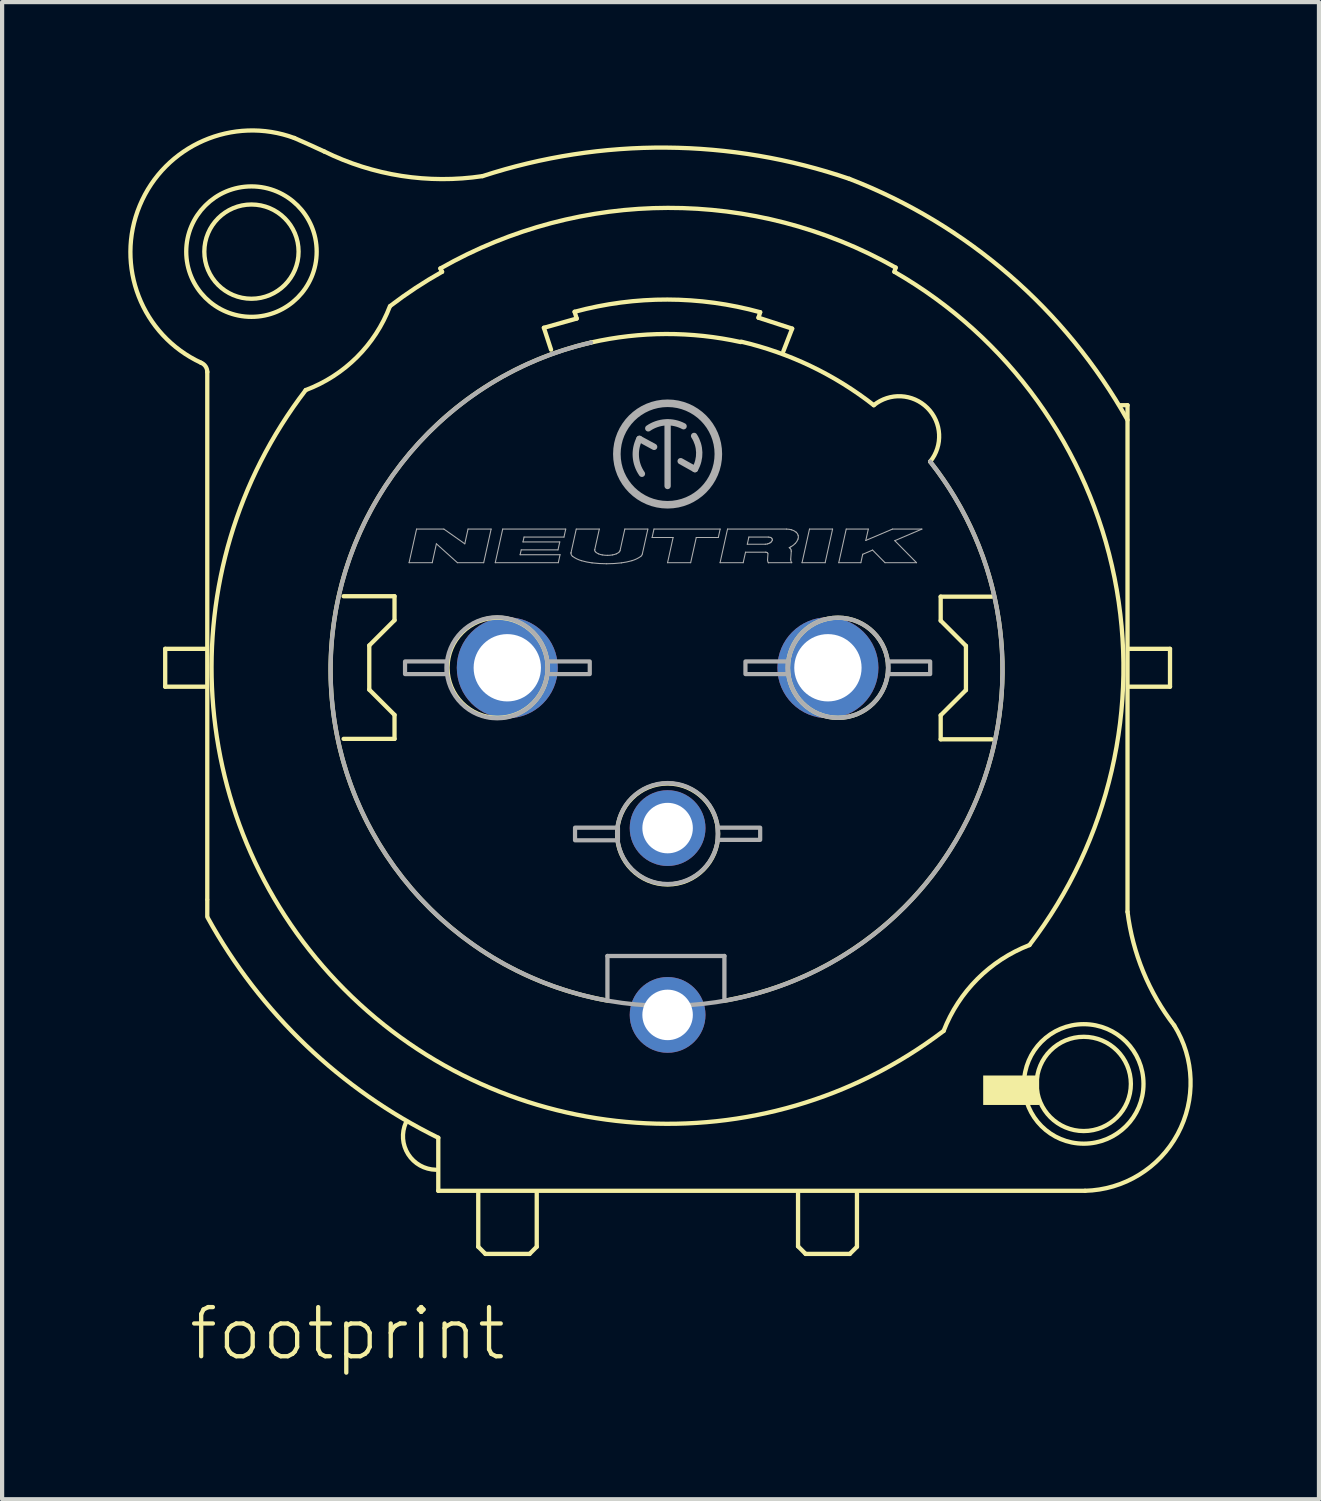
<source format=kicad_pcb>
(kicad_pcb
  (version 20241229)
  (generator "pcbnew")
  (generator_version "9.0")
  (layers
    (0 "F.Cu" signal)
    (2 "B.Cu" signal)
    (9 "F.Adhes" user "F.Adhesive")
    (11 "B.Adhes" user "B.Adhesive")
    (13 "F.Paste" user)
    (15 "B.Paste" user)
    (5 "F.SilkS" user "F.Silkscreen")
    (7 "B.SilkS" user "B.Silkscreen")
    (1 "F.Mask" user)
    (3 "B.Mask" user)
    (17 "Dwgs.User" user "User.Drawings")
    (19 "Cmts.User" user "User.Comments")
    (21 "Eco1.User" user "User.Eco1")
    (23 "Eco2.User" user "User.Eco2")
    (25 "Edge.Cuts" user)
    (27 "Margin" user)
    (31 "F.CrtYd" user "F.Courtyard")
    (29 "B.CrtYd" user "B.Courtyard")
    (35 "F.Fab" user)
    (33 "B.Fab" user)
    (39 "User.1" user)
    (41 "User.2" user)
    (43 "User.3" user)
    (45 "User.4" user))
  (footprint "footprint"
    (layer "F.Cu")
    (at 12.816 12.82)
    (property "Reference" "footprint" (at -11.43 16.51 0) (layer "F.SilkS") (effects (font (size 1.168 1.168) (thickness 0.102)) (justify left bottom)))
    (fp_line (start -11.94 -0.45) (end -11.94 0.45) (stroke (width 0.102) (type solid)) (layer "F.SilkS"))
    (fp_line (start -11.94 0.45) (end -10.99 0.45) (stroke (width 0.102) (type solid)) (layer "F.SilkS"))
    (fp_line (start -10.99 -0.45) (end -11.94 -0.45) (stroke (width 0.102) (type solid)) (layer "F.SilkS"))
    (fp_line (start -10.94 5.5) (end -10.94 -7.03) (stroke (width 0.102) (type solid)) (layer "F.SilkS"))
    (fp_line (start -10.94 5.91) (end -10.94 5.52) (stroke (width 0.102) (type solid)) (layer "F.SilkS"))
    (fp_line (start -7.7 -1.7) (end -6.49 -1.7) (stroke (width 0.102) (type solid)) (layer "F.SilkS"))
    (fp_line (start -7.09 -0.53) (end -7.09 0.52) (stroke (width 0.102) (type solid)) (layer "F.SilkS"))
    (fp_line (start -7.09 0.52) (end -6.49 1.12) (stroke (width 0.102) (type solid)) (layer "F.SilkS"))
    (fp_line (start -6.49 -1.7) (end -6.49 -1.13) (stroke (width 0.102) (type solid)) (layer "F.SilkS"))
    (fp_line (start -6.49 -1.13) (end -7.09 -0.53) (stroke (width 0.102) (type solid)) (layer "F.SilkS"))
    (fp_line (start -6.49 1.12) (end -6.49 1.69) (stroke (width 0.102) (type solid)) (layer "F.SilkS"))
    (fp_line (start -6.49 1.69) (end -7.7 1.69) (stroke (width 0.102) (type solid)) (layer "F.SilkS"))
    (fp_line (start -5.45 11.17) (end -5.45 12.43) (stroke (width 0.102) (type solid)) (layer "F.SilkS"))
    (fp_line (start -5.45 12.43) (end 9.92 12.43) (stroke (width 0.102) (type solid)) (layer "F.SilkS"))
    (fp_line (start -5.4 -9.49) (end -5.36 -9.41) (stroke (width 0.102) (type solid)) (layer "F.SilkS"))
    (fp_line (start -4.5 12.49) (end -4.5 13.76) (stroke (width 0.102) (type solid)) (layer "F.SilkS"))
    (fp_line (start -4.5 13.76) (end -4.33 13.93) (stroke (width 0.102) (type solid)) (layer "F.SilkS"))
    (fp_line (start -4.33 13.93) (end -3.28 13.93) (stroke (width 0.102) (type solid)) (layer "F.SilkS"))
    (fp_line (start -3.28 13.93) (end -3.11 13.76) (stroke (width 0.102) (type solid)) (layer "F.SilkS"))
    (fp_line (start -3.11 13.76) (end -3.11 12.47) (stroke (width 0.102) (type solid)) (layer "F.SilkS"))
    (fp_line (start -2.94 -8.08) (end -2.16 -8.3) (stroke (width 0.102) (type solid)) (layer "F.SilkS"))
    (fp_line (start -2.77 -7.56) (end -2.94 -8.08) (stroke (width 0.102) (type solid)) (layer "F.SilkS"))
    (fp_line (start -2.16 -8.3) (end -2.21 -8.46) (stroke (width 0.102) (type solid)) (layer "F.SilkS"))
    (fp_line (start 2.16 -8.32) (end 2.96 -8.06) (stroke (width 0.102) (type solid)) (layer "F.SilkS"))
    (fp_line (start 2.2 -8.45) (end 2.16 -8.32) (stroke (width 0.102) (type solid)) (layer "F.SilkS"))
    (fp_line (start 2.96 -8.06) (end 2.75 -7.52) (stroke (width 0.102) (type solid)) (layer "F.SilkS"))
    (fp_line (start 3.1 12.49) (end 3.1 13.75) (stroke (width 0.102) (type solid)) (layer "F.SilkS"))
    (fp_line (start 3.1 13.75) (end 3.28 13.93) (stroke (width 0.102) (type solid)) (layer "F.SilkS"))
    (fp_line (start 3.28 13.93) (end 4.33 13.93) (stroke (width 0.102) (type solid)) (layer "F.SilkS"))
    (fp_line (start 4.33 13.93) (end 4.5 13.76) (stroke (width 0.102) (type solid)) (layer "F.SilkS"))
    (fp_line (start 4.5 13.76) (end 4.5 12.48) (stroke (width 0.102) (type solid)) (layer "F.SilkS"))
    (fp_line (start 5.39 -9.41) (end 5.42 -9.51) (stroke (width 0.102) (type solid)) (layer "F.SilkS"))
    (fp_line (start 6.49 -1.69) (end 7.7 -1.69) (stroke (width 0.102) (type solid)) (layer "F.SilkS"))
    (fp_line (start 6.49 -1.12) (end 6.49 -1.69) (stroke (width 0.102) (type solid)) (layer "F.SilkS"))
    (fp_line (start 6.49 1.13) (end 7.09 0.53) (stroke (width 0.102) (type solid)) (layer "F.SilkS"))
    (fp_line (start 6.49 1.7) (end 6.49 1.13) (stroke (width 0.102) (type solid)) (layer "F.SilkS"))
    (fp_line (start 7.09 -0.52) (end 6.49 -1.12) (stroke (width 0.102) (type solid)) (layer "F.SilkS"))
    (fp_line (start 7.09 0.53) (end 7.09 -0.52) (stroke (width 0.102) (type solid)) (layer "F.SilkS"))
    (fp_line (start 7.7 1.7) (end 6.49 1.7) (stroke (width 0.102) (type solid)) (layer "F.SilkS"))
    (fp_line (start 10.93 -6.24) (end 10.77 -6.24) (stroke (width 0.102) (type solid)) (layer "F.SilkS"))
    (fp_line (start 10.93 5.8) (end 10.93 -6.24) (stroke (width 0.102) (type solid)) (layer "F.SilkS"))
    (fp_line (start 10.97 -0.45) (end 11.94 -0.45) (stroke (width 0.102) (type solid)) (layer "F.SilkS"))
    (fp_line (start 11.94 -0.45) (end 11.94 0.45) (stroke (width 0.102) (type solid)) (layer "F.SilkS"))
    (fp_line (start 11.94 0.45) (end 10.97 0.45) (stroke (width 0.102) (type solid)) (layer "F.SilkS"))
    (fp_arc (start -11.090001 -7.25) (mid -10.981063 -7.163139) (end -10.94 -7.03) (stroke (width 0.1016) (type solid)) (layer "F.SilkS"))
    (fp_arc (start -11.09 -7.25) (mid -12.543512 -10.985729) (end -8.87 -12.59) (stroke (width 0.1016) (type solid)) (layer "F.SilkS"))
    (fp_arc (start -8.87 -12.59) (mid -8.514255 -12.431652) (end -8.16 -12.27) (stroke (width 0.1016) (type solid)) (layer "F.SilkS"))
    (fp_arc (start -6.6 -8.589999) (mid -7.385857 -7.37978) (end -8.6 -6.6) (stroke (width 0.1016) (type solid)) (layer "F.SilkS"))
    (fp_arc (start -6.59 -8.6) (mid -5.989419 -9.026896) (end -5.36 -9.41) (stroke (width 0.1016) (type solid)) (layer "F.SilkS"))
    (fp_arc (start -5.509999 11.929999) (mid -6.165297 11.560367) (end -6.22 10.81) (stroke (width 0.1016) (type solid)) (layer "F.SilkS"))
    (fp_arc (start -5.450001 11.17) (mid -8.591552 8.975746) (end -10.93 5.94) (stroke (width 0.1016) (type solid)) (layer "F.SilkS"))
    (fp_arc (start -5.4 -9.49) (mid 0.007357 -10.929608) (end 5.42 -9.51) (stroke (width 0.1016) (type solid)) (layer "F.SilkS"))
    (fp_arc (start -4.3995 -11.6841) (mid -6.324542 -11.689559) (end -8.16 -12.27) (stroke (width 0.1016) (type solid)) (layer "F.SilkS"))
    (fp_arc (start -4.3975 -11.6846) (mid -0.033882 -12.361943) (end 4.3192 -11.6199) (stroke (width 0.1016) (type solid)) (layer "F.SilkS"))
    (fp_arc (start -2.21 -8.46) (mid -0.004329 -8.750808) (end 2.2 -8.45) (stroke (width 0.1016) (type solid)) (layer "F.SilkS"))
    (fp_arc (start -1.82 -7.73) (mid -0.040554 -7.932105) (end 1.74 -7.74) (stroke (width 0.1016) (type solid)) (layer "F.SilkS"))
    (fp_arc (start -1.429998 7.91) (mid -8.007803 0.249163) (end -1.82 -7.73) (stroke (width 0.1016) (type solid)) (layer "F.SilkS"))
    (fp_arc (start 1.75 -7.75) (mid 3.407463 -7.167026) (end 4.9 -6.24) (stroke (width 0.1016) (type solid)) (layer "F.SilkS"))
    (fp_arc (start 4.3216 -11.6192) (mid 8.12433 -9.329634) (end 10.93 -5.89) (stroke (width 0.1016) (type solid)) (layer "F.SilkS"))
    (fp_arc (start 4.9 -6.24) (mid 6.174454 -6.174454) (end 6.24 -4.9) (stroke (width 0.1016) (type solid)) (layer "F.SilkS"))
    (fp_arc (start 5.390001 -9.409999) (mid 10.621564 -2.137578) (end 8.6 6.59) (stroke (width 0.1016) (type solid)) (layer "F.SilkS"))
    (fp_arc (start 6.240002 -4.9) (mid 7.436814 2.890453) (end 1.36 7.91) (stroke (width 0.1016) (type solid)) (layer "F.SilkS"))
    (fp_arc (start 6.559998 8.630002) (mid -7.680583 7.644968) (end -8.6 -6.6) (stroke (width 0.1016) (type solid)) (layer "F.SilkS"))
    (fp_arc (start 6.56 8.63) (mid 7.3644 7.3944) (end 8.6 6.59) (stroke (width 0.1016) (type solid)) (layer "F.SilkS"))
    (fp_arc (start 12.04 8.5) (mid 12.121472 11.080756) (end 9.92 12.43) (stroke (width 0.1016) (type solid)) (layer "F.SilkS"))
    (fp_arc (start 12.04 8.5) (mid 11.303815 7.224487) (end 10.93 5.8) (stroke (width 0.1016) (type solid)) (layer "F.SilkS"))
    (fp_circle (center -9.89 -9.89) (end -8.77 -9.89) (stroke (width 0.102) (type solid)) (fill no) (layer "F.SilkS"))
    (fp_circle (center -9.89 -9.89) (end -8.34 -9.89) (stroke (width 0.102) (type solid)) (fill no) (layer "F.SilkS"))
    (fp_circle (center -4.04 0) (end -2.85 0) (stroke (width 0.102) (type solid)) (fill no) (layer "F.SilkS"))
    (fp_circle (center 0 3.95) (end 1.2 3.95) (stroke (width 0.102) (type solid)) (fill no) (layer "F.SilkS"))
    (fp_circle (center 4.05 0) (end 5.24 0) (stroke (width 0.102) (type solid)) (fill no) (layer "F.SilkS"))
    (fp_circle (center 9.89 9.89) (end 11.01 9.89) (stroke (width 0.102) (type solid)) (fill no) (layer "F.SilkS"))
    (fp_circle (center 9.89 9.89) (end 11.31 9.89) (stroke (width 0.102) (type solid)) (fill no) (layer "F.SilkS"))
    (fp_poly (pts (xy 7.5 10.39) (xy 8.83 10.39) (xy 8.83 9.69) (xy 7.5 9.69)) (stroke (width 0) (type solid)) (fill yes) (layer "F.SilkS"))
    (fp_line (start -6.144 -2.497) (end -5.966 -3.296) (stroke (width 0.025) (type solid)) (layer "F.Fab"))
    (fp_line (start -6.144 -2.497) (end -5.594 -2.497) (stroke (width 0.025) (type solid)) (layer "F.Fab"))
    (fp_line (start -5.966 -3.296) (end -5.317 -3.296) (stroke (width 0.025) (type solid)) (layer "F.Fab"))
    (fp_line (start -5.594 -2.497) (end -5.495 -2.946) (stroke (width 0.025) (type solid)) (layer "F.Fab"))
    (fp_line (start -5.495 -2.946) (end -4.995 -2.497) (stroke (width 0.025) (type solid)) (layer "F.Fab"))
    (fp_line (start -5.317 -3.296) (end -4.82 -2.946) (stroke (width 0.025) (type solid)) (layer "F.Fab"))
    (fp_line (start -4.995 -2.497) (end -4.371 -2.497) (stroke (width 0.025) (type solid)) (layer "F.Fab"))
    (fp_line (start -4.82 -2.946) (end -4.743 -3.296) (stroke (width 0.025) (type solid)) (layer "F.Fab"))
    (fp_line (start -4.743 -3.296) (end -4.194 -3.296) (stroke (width 0.025) (type solid)) (layer "F.Fab"))
    (fp_line (start -4.371 -2.497) (end -4.194 -3.296) (stroke (width 0.025) (type solid)) (layer "F.Fab"))
    (fp_line (start -4.096 -2.497) (end -3.919 -3.296) (stroke (width 0.025) (type solid)) (layer "F.Fab"))
    (fp_line (start -4.096 -2.497) (end -2.598 -2.497) (stroke (width 0.025) (type solid)) (layer "F.Fab"))
    (fp_line (start -3.919 -3.296) (end -2.421 -3.296) (stroke (width 0.025) (type solid)) (layer "F.Fab"))
    (fp_line (start -3.505 -2.687) (end -3.479 -2.802) (stroke (width 0.025) (type solid)) (layer "F.Fab"))
    (fp_line (start -3.505 -2.687) (end -2.556 -2.687) (stroke (width 0.025) (type solid)) (layer "F.Fab"))
    (fp_line (start -3.479 -2.802) (end -2.605 -2.802) (stroke (width 0.025) (type solid)) (layer "F.Fab"))
    (fp_line (start -3.437 -2.991) (end -3.412 -3.106) (stroke (width 0.025) (type solid)) (layer "F.Fab"))
    (fp_line (start -3.437 -2.991) (end -2.563 -2.991) (stroke (width 0.025) (type solid)) (layer "F.Fab"))
    (fp_line (start -3.412 -3.106) (end -2.463 -3.106) (stroke (width 0.025) (type solid)) (layer "F.Fab"))
    (fp_line (start -2.605 -2.802) (end -2.563 -2.991) (stroke (width 0.025) (type solid)) (layer "F.Fab"))
    (fp_line (start -2.598 -2.497) (end -2.556 -2.687) (stroke (width 0.025) (type solid)) (layer "F.Fab"))
    (fp_line (start -2.463 -3.106) (end -2.421 -3.296) (stroke (width 0.025) (type solid)) (layer "F.Fab"))
    (fp_line (start -2.294 -2.741) (end -2.171 -3.296) (stroke (width 0.025) (type solid)) (layer "F.Fab"))
    (fp_line (start -2.171 -3.296) (end -1.623 -3.296) (stroke (width 0.025) (type solid)) (layer "F.Fab"))
    (fp_line (start -1.731 -2.81) (end -1.623 -3.296) (stroke (width 0.025) (type solid)) (layer "F.Fab"))
    (fp_line (start -1.43 6.85) (end 1.35 6.85) (stroke (width 0.102) (type solid)) (layer "F.Fab"))
    (fp_line (start -1.43 7.87) (end -1.43 6.85) (stroke (width 0.102) (type solid)) (layer "F.Fab"))
    (fp_line (start -1.13 -2.784) (end -1.017 -3.296) (stroke (width 0.025) (type solid)) (layer "F.Fab"))
    (fp_line (start -1.017 -3.296) (end -0.469 -3.296) (stroke (width 0.025) (type solid)) (layer "F.Fab"))
    (fp_line (start -0.67 -5.44) (end -0.32 -5.25) (stroke (width 0.15) (type solid)) (layer "F.Fab"))
    (fp_line (start -0.601 -2.702) (end -0.469 -3.296) (stroke (width 0.025) (type solid)) (layer "F.Fab"))
    (fp_line (start -0.368 -3.096) (end -0.324 -3.296) (stroke (width 0.025) (type solid)) (layer "F.Fab"))
    (fp_line (start -0.368 -3.096) (end 0.131 -3.096) (stroke (width 0.025) (type solid)) (layer "F.Fab"))
    (fp_line (start -0.324 -3.296) (end 1.249 -3.296) (stroke (width 0.025) (type solid)) (layer "F.Fab"))
    (fp_line (start -0.001 -2.497) (end 0.131 -3.096) (stroke (width 0.025) (type solid)) (layer "F.Fab"))
    (fp_line (start -0.001 -2.497) (end 0.548 -2.497) (stroke (width 0.025) (type solid)) (layer "F.Fab"))
    (fp_line (start 0 -4.32) (end 0 -5.82) (stroke (width 0.15) (type solid)) (layer "F.Fab"))
    (fp_line (start 0.31 -4.91) (end 0.65 -4.72) (stroke (width 0.15) (type solid)) (layer "F.Fab"))
    (fp_line (start 0.548 -2.497) (end 0.681 -3.096) (stroke (width 0.025) (type solid)) (layer "F.Fab"))
    (fp_line (start 0.681 -3.096) (end 1.205 -3.096) (stroke (width 0.025) (type solid)) (layer "F.Fab"))
    (fp_line (start 1.205 -3.096) (end 1.249 -3.296) (stroke (width 0.025) (type solid)) (layer "F.Fab"))
    (fp_line (start 1.247 -2.497) (end 1.424 -3.296) (stroke (width 0.025) (type solid)) (layer "F.Fab"))
    (fp_line (start 1.247 -2.497) (end 1.796 -2.497) (stroke (width 0.025) (type solid)) (layer "F.Fab"))
    (fp_line (start 1.35 6.85) (end 1.35 7.86) (stroke (width 0.102) (type solid)) (layer "F.Fab"))
    (fp_line (start 1.424 -3.296) (end 2.826 -3.296) (stroke (width 0.025) (type solid)) (layer "F.Fab"))
    (fp_line (start 1.796 -2.497) (end 1.852 -2.747) (stroke (width 0.025) (type solid)) (layer "F.Fab"))
    (fp_line (start 1.852 -2.747) (end 2.328 -2.747) (stroke (width 0.025) (type solid)) (layer "F.Fab"))
    (fp_line (start 1.894 -2.936) (end 1.931 -3.106) (stroke (width 0.025) (type solid)) (layer "F.Fab"))
    (fp_line (start 1.894 -2.936) (end 2.321 -2.936) (stroke (width 0.025) (type solid)) (layer "F.Fab"))
    (fp_line (start 1.931 -3.106) (end 2.394 -3.106) (stroke (width 0.025) (type solid)) (layer "F.Fab"))
    (fp_line (start 2.375 -2.561) (end 2.385 -2.707) (stroke (width 0.025) (type solid)) (layer "F.Fab"))
    (fp_line (start 2.394 -2.497) (end 2.394 -2.497) (stroke (width 0.025) (type solid)) (layer "F.Fab"))
    (fp_line (start 2.394 -2.497) (end 2.95 -2.497) (stroke (width 0.025) (type solid)) (layer "F.Fab"))
    (fp_line (start 2.926 -2.581) (end 2.939 -2.767) (stroke (width 0.025) (type solid)) (layer "F.Fab"))
    (fp_line (start 3.195 -2.497) (end 3.372 -3.296) (stroke (width 0.025) (type solid)) (layer "F.Fab"))
    (fp_line (start 3.195 -2.497) (end 3.744 -2.497) (stroke (width 0.025) (type solid)) (layer "F.Fab"))
    (fp_line (start 3.372 -3.296) (end 3.921 -3.296) (stroke (width 0.025) (type solid)) (layer "F.Fab"))
    (fp_line (start 3.744 -2.497) (end 3.921 -3.296) (stroke (width 0.025) (type solid)) (layer "F.Fab"))
    (fp_line (start 4.068 -2.497) (end 4.245 -3.296) (stroke (width 0.025) (type solid)) (layer "F.Fab"))
    (fp_line (start 4.068 -2.497) (end 4.593 -2.497) (stroke (width 0.025) (type solid)) (layer "F.Fab"))
    (fp_line (start 4.245 -3.296) (end 4.77 -3.296) (stroke (width 0.025) (type solid)) (layer "F.Fab"))
    (fp_line (start 4.593 -2.497) (end 4.637 -2.697) (stroke (width 0.025) (type solid)) (layer "F.Fab"))
    (fp_line (start 4.637 -2.697) (end 4.871 -2.797) (stroke (width 0.025) (type solid)) (layer "F.Fab"))
    (fp_line (start 4.71 -3.026) (end 4.77 -3.296) (stroke (width 0.025) (type solid)) (layer "F.Fab"))
    (fp_line (start 4.71 -3.026) (end 5.344 -3.296) (stroke (width 0.025) (type solid)) (layer "F.Fab"))
    (fp_line (start 4.871 -2.797) (end 5.167 -2.497) (stroke (width 0.025) (type solid)) (layer "F.Fab"))
    (fp_line (start 5.167 -2.497) (end 5.916 -2.497) (stroke (width 0.025) (type solid)) (layer "F.Fab"))
    (fp_line (start 5.344 -3.296) (end 6.043 -3.296) (stroke (width 0.025) (type solid)) (layer "F.Fab"))
    (fp_line (start 5.399 -3.021) (end 5.916 -2.497) (stroke (width 0.025) (type solid)) (layer "F.Fab"))
    (fp_line (start 5.399 -3.021) (end 6.043 -3.296) (stroke (width 0.025) (type solid)) (layer "F.Fab"))
    (fp_arc (start -2.2964 -2.7217) (mid -2.295867 -2.731456) (end -2.2943 -2.7411) (stroke (width 0.0254) (type solid)) (layer "F.Fab"))
    (fp_arc (start -2.2578 -2.6471) (mid -2.286121 -2.679718) (end -2.2963 -2.7217) (stroke (width 0.0254) (type solid)) (layer "F.Fab"))
    (fp_arc (start -2.0477 -2.5452) (mid -2.156985 -2.587418) (end -2.2578 -2.6471) (stroke (width 0.0254) (type solid)) (layer "F.Fab"))
    (fp_arc (start -1.796 -2.4932) (mid -1.922923 -2.514007) (end -2.0477 -2.5452) (stroke (width 0.0254) (type solid)) (layer "F.Fab"))
    (fp_arc (start -1.7326 -2.7966) (mid -1.732234 -2.803244) (end -1.7311 -2.8098) (stroke (width 0.0254) (type solid)) (layer "F.Fab"))
    (fp_arc (start -1.715901 -2.7561) (mid -1.728335 -2.774676) (end -1.7327 -2.7966) (stroke (width 0.0254) (type solid)) (layer "F.Fab"))
    (fp_arc (start -1.6443 -2.7083) (mid -1.682454 -2.728675) (end -1.7159 -2.7561) (stroke (width 0.0254) (type solid)) (layer "F.Fab"))
    (fp_arc (start -1.5538 -2.6822) (mid -1.599779 -2.692723) (end -1.6443 -2.7083) (stroke (width 0.0254) (type solid)) (layer "F.Fab"))
    (fp_arc (start -1.4474 -2.4721) (mid -1.62202 -2.477365) (end -1.796 -2.4932) (stroke (width 0.0254) (type solid)) (layer "F.Fab"))
    (fp_arc (start -1.4308 -2.6718) (mid -1.492521 -2.674388) (end -1.5538 -2.6822) (stroke (width 0.0254) (type solid)) (layer "F.Fab"))
    (fp_arc (start -1.3079 -2.6822) (mid -1.369129 -2.67439) (end -1.4308 -2.6718) (stroke (width 0.0254) (type solid)) (layer "F.Fab"))
    (fp_arc (start -1.2174 -2.7083) (mid -1.261921 -2.692723) (end -1.3079 -2.6822) (stroke (width 0.0254) (type solid)) (layer "F.Fab"))
    (fp_arc (start -1.1458 -2.7561) (mid -1.179246 -2.728674) (end -1.2174 -2.7083) (stroke (width 0.0254) (type solid)) (layer "F.Fab"))
    (fp_arc (start -1.1304 -2.783899) (mid -1.136132 -2.768909) (end -1.1458 -2.7561) (stroke (width 0.0254) (type solid)) (layer "F.Fab"))
    (fp_arc (start -1.0989 -2.4931) (mid -1.27283 -2.477266) (end -1.4474 -2.472) (stroke (width 0.0254) (type solid)) (layer "F.Fab"))
    (fp_arc (start -0.8472 -2.5452) (mid -0.971977 -2.514007) (end -1.0989 -2.4932) (stroke (width 0.0254) (type solid)) (layer "F.Fab"))
    (fp_arc (start -0.6371 -2.6471) (mid -0.737916 -2.587421) (end -0.8472 -2.5452) (stroke (width 0.0254) (type solid)) (layer "F.Fab"))
    (fp_arc (start -0.61 -4.61) (mid -0.754744 -5.016705) (end -0.67 -5.439999) (stroke (width 0.15) (type solid)) (layer "F.Fab"))
    (fp_arc (start -0.6007 -2.7023) (mid -0.613738 -2.671296) (end -0.6371 -2.6471) (stroke (width 0.0254) (type solid)) (layer "F.Fab"))
    (fp_arc (start -0.46 -5.69) (mid -0.047006 -5.832716) (end 0.380001 -5.739999) (stroke (width 0.15) (type solid)) (layer "F.Fab"))
    (fp_arc (start 0.63 -5.509999) (mid 0.752066 -5.117837) (end 0.65 -4.72) (stroke (width 0.15) (type solid)) (layer "F.Fab"))
    (fp_arc (start 2.3283 -2.7467) (mid 2.340566 -2.745829) (end 2.3526 -2.7433) (stroke (width 0.0254) (type solid)) (layer "F.Fab"))
    (fp_arc (start 2.3526 -2.7432) (mid 2.364222 -2.738519) (end 2.3746 -2.7315) (stroke (width 0.0254) (type solid)) (layer "F.Fab"))
    (fp_arc (start 2.3746 -2.7315) (mid 2.380482 -2.724772) (end 2.3841 -2.7166) (stroke (width 0.0254) (type solid)) (layer "F.Fab"))
    (fp_arc (start 2.3785 -2.9442) (mid 2.349756 -2.938398) (end 2.3205 -2.9364) (stroke (width 0.0254) (type solid)) (layer "F.Fab"))
    (fp_arc (start 2.3943 -2.497) (mid 2.380142 -2.527484) (end 2.375 -2.5607) (stroke (width 0.0254) (type solid)) (layer "F.Fab"))
    (fp_arc (start 2.3944 -3.1062) (mid 2.414793 -3.104721) (end 2.4348 -3.1005) (stroke (width 0.0254) (type solid)) (layer "F.Fab"))
    (fp_arc (start 2.4288 -2.9645) (mid 2.404263 -2.952875) (end 2.3785 -2.9443) (stroke (width 0.0254) (type solid)) (layer "F.Fab"))
    (fp_arc (start 2.4348 -3.1005) (mid 2.454244 -3.09272) (end 2.4716 -3.081) (stroke (width 0.0254) (type solid)) (layer "F.Fab"))
    (fp_arc (start 2.4641 -2.9914) (mid 2.447446 -2.976643) (end 2.4288 -2.9645) (stroke (width 0.0254) (type solid)) (layer "F.Fab"))
    (fp_arc (start 2.471599 -3.081) (mid 2.481397 -3.069754) (end 2.4874 -3.0561) (stroke (width 0.0254) (type solid)) (layer "F.Fab"))
    (fp_arc (start 2.4861 -3.0267) (mid 2.476985 -3.007875) (end 2.4641 -2.9914) (stroke (width 0.0254) (type solid)) (layer "F.Fab"))
    (fp_arc (start 2.4874 -3.056101) (mid 2.488998 -3.041301) (end 2.4861 -3.0267) (stroke (width 0.0254) (type solid)) (layer "F.Fab"))
    (fp_arc (start 2.8259 -3.296) (mid 2.886677 -3.291588) (end 2.9463 -3.279) (stroke (width 0.0254) (type solid)) (layer "F.Fab"))
    (fp_arc (start 2.8917 -2.8549) (mid 2.899191 -2.849485) (end 2.9064 -2.8437) (stroke (width 0.0254) (type solid)) (layer "F.Fab"))
    (fp_arc (start 2.9064 -2.8437) (mid 2.924646 -2.822802) (end 2.9358 -2.7974) (stroke (width 0.0254) (type solid)) (layer "F.Fab"))
    (fp_arc (start 2.9282 -2.8737) (mid 2.910094 -2.86407) (end 2.8917 -2.855) (stroke (width 0.0254) (type solid)) (layer "F.Fab"))
    (fp_arc (start 2.9358 -2.7974) (mid 2.93855 -2.782173) (end 2.9387 -2.7667) (stroke (width 0.0254) (type solid)) (layer "F.Fab"))
    (fp_arc (start 2.9463 -3.279) (mid 3.004211 -3.255758) (end 3.0559 -3.2208) (stroke (width 0.0254) (type solid)) (layer "F.Fab"))
    (fp_arc (start 2.950299 -2.497) (mid 2.930466 -2.536583) (end 2.9257 -2.5806) (stroke (width 0.0254) (type solid)) (layer "F.Fab"))
    (fp_arc (start 3.0334 -2.9539) (mid 2.983769 -2.909906) (end 2.9282 -2.8737) (stroke (width 0.0254) (type solid)) (layer "F.Fab"))
    (fp_arc (start 3.0559 -3.2208) (mid 3.085071 -3.187347) (end 3.1029 -3.1467) (stroke (width 0.0254) (type solid)) (layer "F.Fab"))
    (fp_arc (start 3.0992 -3.0591) (mid 3.071923 -3.002983) (end 3.0334 -2.9539) (stroke (width 0.0254) (type solid)) (layer "F.Fab"))
    (fp_arc (start 3.102899 -3.1467) (mid 3.107748 -3.102617) (end 3.0992 -3.0591) (stroke (width 0.0254) (type solid)) (layer "F.Fab"))
    (fp_arc (start 6.24 -4.9) (mid -2.67007 7.583718) (end -1.82 -7.73) (stroke (width 0.1016) (type solid)) (layer "F.Fab"))
    (fp_circle (center -4.05 0) (end -2.85 0) (stroke (width 0.102) (type solid)) (fill no) (layer "F.Fab"))
    (fp_circle (center 0 -5.08) (end 1.206 -5.08) (stroke (width 0.18) (type solid)) (fill no) (layer "F.Fab"))
    (fp_circle (center 0 3.94) (end 1.2 3.94) (stroke (width 0.102) (type solid)) (fill no) (layer "F.Fab"))
    (fp_circle (center 4.05 0) (end 5.24 0) (stroke (width 0.102) (type solid)) (fill no) (layer "F.Fab"))
    (fp_poly (pts (xy -6.24 0.15) (xy -5.25 0.15) (xy -5.25 -0.15) (xy -6.24 -0.15)) (stroke (width 0.1) (type solid)) (fill no) (layer "F.Fab"))
    (fp_poly (pts (xy -2.85 0.15) (xy -1.85 0.15) (xy -1.85 -0.15) (xy -2.85 -0.15)) (stroke (width 0.1) (type solid)) (fill no) (layer "F.Fab"))
    (fp_poly (pts (xy -2.2 4.1) (xy -1.18 4.1) (xy -1.18 3.8) (xy -2.2 3.8)) (stroke (width 0.1) (type solid)) (fill no) (layer "F.Fab"))
    (fp_poly (pts (xy 1.19 4.09) (xy 2.2 4.09) (xy 2.2 3.8) (xy 1.19 3.8)) (stroke (width 0.1) (type solid)) (fill no) (layer "F.Fab"))
    (fp_poly (pts (xy 1.85 0.15) (xy 2.85 0.15) (xy 2.85 -0.15) (xy 1.85 -0.15)) (stroke (width 0.1) (type solid)) (fill no) (layer "F.Fab"))
    (fp_poly (pts (xy 5.25 0.15) (xy 6.24 0.15) (xy 6.24 -0.15) (xy 5.25 -0.15)) (stroke (width 0.1) (type solid)) (fill no) (layer "F.Fab"))
    (pad "1" thru_hole circle (at -3.81 0) (size 2.4 2.4) (drill 1.6) (layers "*.Cu" "*.Mask"))
    (pad "2" thru_hole circle (at 3.81 0) (size 2.4 2.4) (drill 1.6) (layers "*.Cu" "*.Mask"))
    (pad "3" thru_hole circle (at 0 3.81) (size 1.8 1.8) (drill 1.2) (layers "*.Cu" "*.Mask"))
    (pad "G" thru_hole circle (at 0 8.25) (size 1.8 1.8) (drill 1.2) (layers "*.Cu" "*.Mask")))
  (gr_rect
    (start -3 -3)
    (end 28.296 32.58)
    (stroke (width 0.1) (type default))
    (fill no)
    (layer "Edge.Cuts")))
</source>
